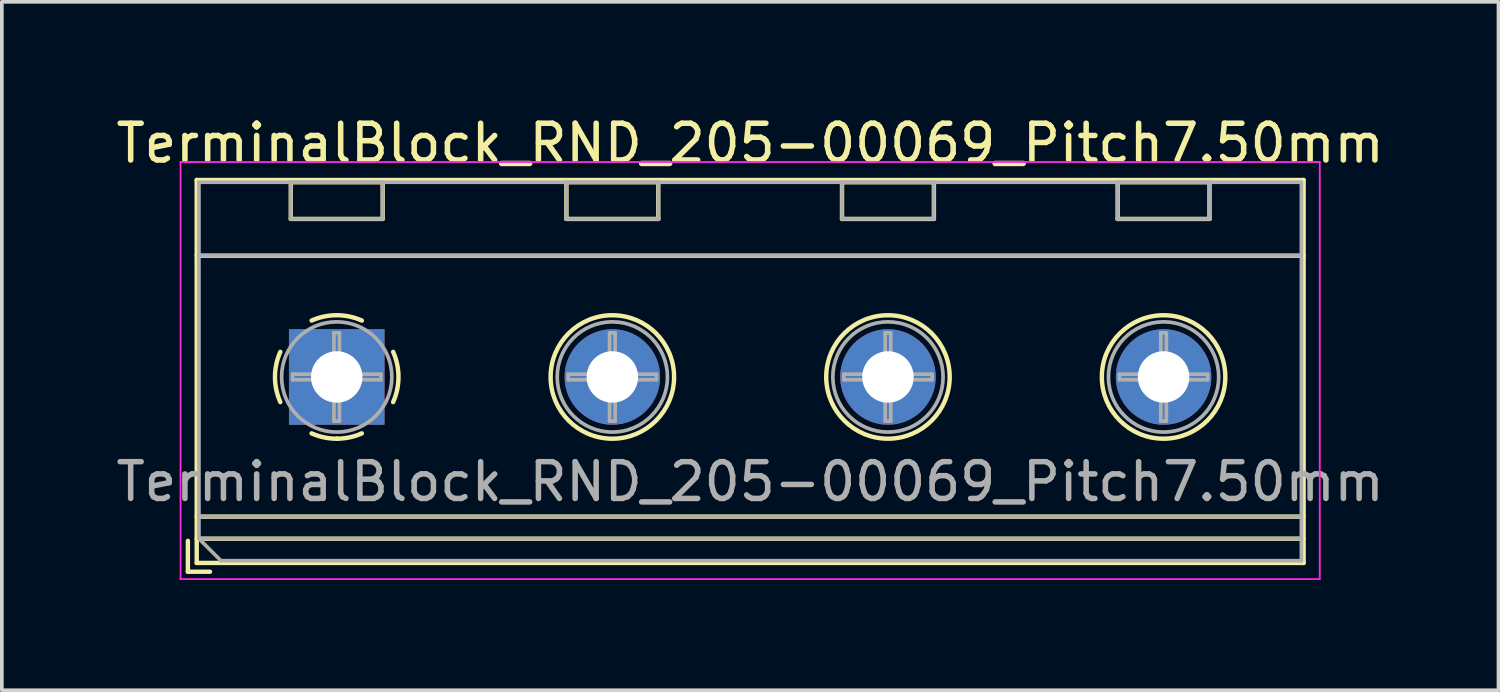
<source format=kicad_pcb>
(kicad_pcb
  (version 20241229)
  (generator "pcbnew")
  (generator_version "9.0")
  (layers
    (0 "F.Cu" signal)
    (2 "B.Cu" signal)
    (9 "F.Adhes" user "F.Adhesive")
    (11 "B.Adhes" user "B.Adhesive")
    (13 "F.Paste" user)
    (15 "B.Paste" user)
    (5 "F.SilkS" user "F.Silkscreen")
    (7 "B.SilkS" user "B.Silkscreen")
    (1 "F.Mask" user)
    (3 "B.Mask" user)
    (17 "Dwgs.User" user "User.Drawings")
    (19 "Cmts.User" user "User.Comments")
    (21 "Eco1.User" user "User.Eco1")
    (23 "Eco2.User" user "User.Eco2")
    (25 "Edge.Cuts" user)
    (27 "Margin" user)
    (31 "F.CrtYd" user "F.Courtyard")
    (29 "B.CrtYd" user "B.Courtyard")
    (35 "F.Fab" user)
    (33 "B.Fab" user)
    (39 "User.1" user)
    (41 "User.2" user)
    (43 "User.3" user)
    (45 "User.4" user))
  (footprint "TerminalBlock_RND_205-00069_Pitch7.50mm"
    (layer "F.Cu")
    (at 6.113 7.208)
    (property "Reference" "TerminalBlock_RND_205-00069_Pitch7.50mm" (at 11.25 -6.36 0) (layer "F.SilkS") (effects (font (size 1 1) (thickness 0.15))))
    (attr through_hole)
    (fp_line (start -4.05 4.46) (end -4.05 5.3) (stroke (width 0.12) (type solid)) (layer "F.SilkS"))
    (fp_line (start -4.05 5.3) (end -3.45 5.3) (stroke (width 0.12) (type solid)) (layer "F.SilkS"))
    (fp_line (start -3.81 -5.36) (end -3.81 5.06) (stroke (width 0.12) (type solid)) (layer "F.SilkS"))
    (fp_line (start -3.81 -3.3) (end 26.31 -3.3) (stroke (width 0.12) (type solid)) (layer "F.SilkS"))
    (fp_line (start -3.81 3.8) (end 26.31 3.8) (stroke (width 0.12) (type solid)) (layer "F.SilkS"))
    (fp_line (start -3.81 4.4) (end 26.31 4.4) (stroke (width 0.12) (type solid)) (layer "F.SilkS"))
    (fp_line (start -3.81 5.06) (end 26.31 5.06) (stroke (width 0.12) (type solid)) (layer "F.SilkS"))
    (fp_line (start -1.25 -5.301) (end -1.25 -4.301) (stroke (width 0.12) (type solid)) (layer "F.SilkS"))
    (fp_line (start -1.25 -5.301) (end 1.25 -5.301) (stroke (width 0.12) (type solid)) (layer "F.SilkS"))
    (fp_line (start -1.25 -4.301) (end 1.25 -4.301) (stroke (width 0.12) (type solid)) (layer "F.SilkS"))
    (fp_line (start 1.25 -5.301) (end 1.25 -4.301) (stroke (width 0.12) (type solid)) (layer "F.SilkS"))
    (fp_line (start 6.25 -5.301) (end 6.25 -4.301) (stroke (width 0.12) (type solid)) (layer "F.SilkS"))
    (fp_line (start 6.25 -5.301) (end 8.75 -5.301) (stroke (width 0.12) (type solid)) (layer "F.SilkS"))
    (fp_line (start 6.25 -4.301) (end 8.75 -4.301) (stroke (width 0.12) (type solid)) (layer "F.SilkS"))
    (fp_line (start 8.75 -5.301) (end 8.75 -4.301) (stroke (width 0.12) (type solid)) (layer "F.SilkS"))
    (fp_line (start 13.75 -5.301) (end 13.75 -4.301) (stroke (width 0.12) (type solid)) (layer "F.SilkS"))
    (fp_line (start 13.75 -5.301) (end 16.25 -5.301) (stroke (width 0.12) (type solid)) (layer "F.SilkS"))
    (fp_line (start 13.75 -4.301) (end 16.25 -4.301) (stroke (width 0.12) (type solid)) (layer "F.SilkS"))
    (fp_line (start 16.25 -5.301) (end 16.25 -4.301) (stroke (width 0.12) (type solid)) (layer "F.SilkS"))
    (fp_line (start 21.25 -5.301) (end 21.25 -4.301) (stroke (width 0.12) (type solid)) (layer "F.SilkS"))
    (fp_line (start 21.25 -5.301) (end 23.75 -5.301) (stroke (width 0.12) (type solid)) (layer "F.SilkS"))
    (fp_line (start 21.25 -4.301) (end 23.75 -4.301) (stroke (width 0.12) (type solid)) (layer "F.SilkS"))
    (fp_line (start 23.75 -5.301) (end 23.75 -4.301) (stroke (width 0.12) (type solid)) (layer "F.SilkS"))
    (fp_line (start 26.31 -5.36) (end -3.81 -5.36) (stroke (width 0.12) (type solid)) (layer "F.SilkS"))
    (fp_line (start 26.31 5.06) (end 26.31 -5.36) (stroke (width 0.12) (type solid)) (layer "F.SilkS"))
    (fp_arc (start -1.535427 0.683042) (mid -1.680501 -0.000524) (end -1.535 -0.684) (stroke (width 0.12) (type solid)) (layer "F.SilkS"))
    (fp_arc (start -0.683042 -1.535427) (mid 0.000524 -1.680501) (end 0.684 -1.535) (stroke (width 0.12) (type solid)) (layer "F.SilkS"))
    (fp_arc (start 0.028805 1.680253) (mid -0.335551 1.646659) (end -0.684 1.535) (stroke (width 0.12) (type solid)) (layer "F.SilkS"))
    (fp_arc (start 0.683318 1.534756) (mid 0.349292 1.643288) (end 0 1.68) (stroke (width 0.12) (type solid)) (layer "F.SilkS"))
    (fp_arc (start 1.535427 -0.683042) (mid 1.680501 0.000524) (end 1.535 0.684) (stroke (width 0.12) (type solid)) (layer "F.SilkS"))
    (fp_circle (center 7.5 0) (end 9.18 0) (stroke (width 0.12) (type solid)) (fill no) (layer "F.SilkS"))
    (fp_circle (center 15 0) (end 16.68 0) (stroke (width 0.12) (type solid)) (fill no) (layer "F.SilkS"))
    (fp_circle (center 22.5 0) (end 24.18 0) (stroke (width 0.12) (type solid)) (fill no) (layer "F.SilkS"))
    (fp_line (start -4.25 -5.85) (end -4.25 5.5) (stroke (width 0.05) (type solid)) (layer "F.CrtYd"))
    (fp_line (start -4.25 5.5) (end 26.75 5.5) (stroke (width 0.05) (type solid)) (layer "F.CrtYd"))
    (fp_line (start 26.75 -5.85) (end -4.25 -5.85) (stroke (width 0.05) (type solid)) (layer "F.CrtYd"))
    (fp_line (start 26.75 5.5) (end 26.75 -5.85) (stroke (width 0.05) (type solid)) (layer "F.CrtYd"))
    (fp_line (start -3.75 -5.3) (end 26.25 -5.3) (stroke (width 0.1) (type solid)) (layer "F.Fab"))
    (fp_line (start -3.75 -3.3) (end 26.25 -3.3) (stroke (width 0.1) (type solid)) (layer "F.Fab"))
    (fp_line (start -3.75 3.8) (end 26.25 3.8) (stroke (width 0.1) (type solid)) (layer "F.Fab"))
    (fp_line (start -3.75 4.4) (end -3.75 -5.3) (stroke (width 0.1) (type solid)) (layer "F.Fab"))
    (fp_line (start -3.75 4.4) (end 26.25 4.4) (stroke (width 0.1) (type solid)) (layer "F.Fab"))
    (fp_line (start -3.15 5) (end -3.75 4.4) (stroke (width 0.1) (type solid)) (layer "F.Fab"))
    (fp_line (start -1.25 -5.3) (end -1.25 -4.3) (stroke (width 0.1) (type solid)) (layer "F.Fab"))
    (fp_line (start -1.25 -4.3) (end 1.25 -4.3) (stroke (width 0.1) (type solid)) (layer "F.Fab"))
    (fp_line (start -1.201 -0.076) (end -0.076 -0.076) (stroke (width 0.1) (type solid)) (layer "F.Fab"))
    (fp_line (start -1.201 0.076) (end -1.201 -0.076) (stroke (width 0.1) (type solid)) (layer "F.Fab"))
    (fp_line (start -0.076 -1.201) (end 0.076 -1.201) (stroke (width 0.1) (type solid)) (layer "F.Fab"))
    (fp_line (start -0.076 -0.076) (end -0.076 -1.201) (stroke (width 0.1) (type solid)) (layer "F.Fab"))
    (fp_line (start -0.076 0.076) (end -1.201 0.076) (stroke (width 0.1) (type solid)) (layer "F.Fab"))
    (fp_line (start -0.076 1.201) (end -0.076 0.076) (stroke (width 0.1) (type solid)) (layer "F.Fab"))
    (fp_line (start 0.076 -1.201) (end 0.076 -0.076) (stroke (width 0.1) (type solid)) (layer "F.Fab"))
    (fp_line (start 0.076 -0.076) (end 1.201 -0.076) (stroke (width 0.1) (type solid)) (layer "F.Fab"))
    (fp_line (start 0.076 0.076) (end 0.076 1.201) (stroke (width 0.1) (type solid)) (layer "F.Fab"))
    (fp_line (start 0.076 1.201) (end -0.076 1.201) (stroke (width 0.1) (type solid)) (layer "F.Fab"))
    (fp_line (start 1.201 -0.076) (end 1.201 0.076) (stroke (width 0.1) (type solid)) (layer "F.Fab"))
    (fp_line (start 1.201 0.076) (end 0.076 0.076) (stroke (width 0.1) (type solid)) (layer "F.Fab"))
    (fp_line (start 1.25 -5.3) (end -1.25 -5.3) (stroke (width 0.1) (type solid)) (layer "F.Fab"))
    (fp_line (start 1.25 -4.3) (end 1.25 -5.3) (stroke (width 0.1) (type solid)) (layer "F.Fab"))
    (fp_line (start 6.25 -5.3) (end 6.25 -4.3) (stroke (width 0.1) (type solid)) (layer "F.Fab"))
    (fp_line (start 6.25 -4.3) (end 8.75 -4.3) (stroke (width 0.1) (type solid)) (layer "F.Fab"))
    (fp_line (start 6.299 -0.076) (end 7.424 -0.076) (stroke (width 0.1) (type solid)) (layer "F.Fab"))
    (fp_line (start 6.299 0.076) (end 6.299 -0.076) (stroke (width 0.1) (type solid)) (layer "F.Fab"))
    (fp_line (start 7.424 -1.201) (end 7.576 -1.201) (stroke (width 0.1) (type solid)) (layer "F.Fab"))
    (fp_line (start 7.424 -0.076) (end 7.424 -1.201) (stroke (width 0.1) (type solid)) (layer "F.Fab"))
    (fp_line (start 7.424 0.076) (end 6.299 0.076) (stroke (width 0.1) (type solid)) (layer "F.Fab"))
    (fp_line (start 7.424 1.201) (end 7.424 0.076) (stroke (width 0.1) (type solid)) (layer "F.Fab"))
    (fp_line (start 7.576 -1.201) (end 7.576 -0.076) (stroke (width 0.1) (type solid)) (layer "F.Fab"))
    (fp_line (start 7.576 -0.076) (end 8.701 -0.076) (stroke (width 0.1) (type solid)) (layer "F.Fab"))
    (fp_line (start 7.576 0.076) (end 7.576 1.201) (stroke (width 0.1) (type solid)) (layer "F.Fab"))
    (fp_line (start 7.576 1.201) (end 7.424 1.201) (stroke (width 0.1) (type solid)) (layer "F.Fab"))
    (fp_line (start 8.701 -0.076) (end 8.701 0.076) (stroke (width 0.1) (type solid)) (layer "F.Fab"))
    (fp_line (start 8.701 0.076) (end 7.576 0.076) (stroke (width 0.1) (type solid)) (layer "F.Fab"))
    (fp_line (start 8.75 -5.3) (end 6.25 -5.3) (stroke (width 0.1) (type solid)) (layer "F.Fab"))
    (fp_line (start 8.75 -4.3) (end 8.75 -5.3) (stroke (width 0.1) (type solid)) (layer "F.Fab"))
    (fp_line (start 13.75 -5.3) (end 13.75 -4.3) (stroke (width 0.1) (type solid)) (layer "F.Fab"))
    (fp_line (start 13.75 -4.3) (end 16.25 -4.3) (stroke (width 0.1) (type solid)) (layer "F.Fab"))
    (fp_line (start 13.799 -0.076) (end 14.924 -0.076) (stroke (width 0.1) (type solid)) (layer "F.Fab"))
    (fp_line (start 13.799 0.076) (end 13.799 -0.076) (stroke (width 0.1) (type solid)) (layer "F.Fab"))
    (fp_line (start 14.924 -1.201) (end 15.076 -1.201) (stroke (width 0.1) (type solid)) (layer "F.Fab"))
    (fp_line (start 14.924 -0.076) (end 14.924 -1.201) (stroke (width 0.1) (type solid)) (layer "F.Fab"))
    (fp_line (start 14.924 0.076) (end 13.799 0.076) (stroke (width 0.1) (type solid)) (layer "F.Fab"))
    (fp_line (start 14.924 1.201) (end 14.924 0.076) (stroke (width 0.1) (type solid)) (layer "F.Fab"))
    (fp_line (start 15.076 -1.201) (end 15.076 -0.076) (stroke (width 0.1) (type solid)) (layer "F.Fab"))
    (fp_line (start 15.076 -0.076) (end 16.201 -0.076) (stroke (width 0.1) (type solid)) (layer "F.Fab"))
    (fp_line (start 15.076 0.076) (end 15.076 1.201) (stroke (width 0.1) (type solid)) (layer "F.Fab"))
    (fp_line (start 15.076 1.201) (end 14.924 1.201) (stroke (width 0.1) (type solid)) (layer "F.Fab"))
    (fp_line (start 16.201 -0.076) (end 16.201 0.076) (stroke (width 0.1) (type solid)) (layer "F.Fab"))
    (fp_line (start 16.201 0.076) (end 15.076 0.076) (stroke (width 0.1) (type solid)) (layer "F.Fab"))
    (fp_line (start 16.25 -5.3) (end 13.75 -5.3) (stroke (width 0.1) (type solid)) (layer "F.Fab"))
    (fp_line (start 16.25 -4.3) (end 16.25 -5.3) (stroke (width 0.1) (type solid)) (layer "F.Fab"))
    (fp_line (start 21.25 -5.3) (end 21.25 -4.3) (stroke (width 0.1) (type solid)) (layer "F.Fab"))
    (fp_line (start 21.25 -4.3) (end 23.75 -4.3) (stroke (width 0.1) (type solid)) (layer "F.Fab"))
    (fp_line (start 21.299 -0.076) (end 22.424 -0.076) (stroke (width 0.1) (type solid)) (layer "F.Fab"))
    (fp_line (start 21.299 0.076) (end 21.299 -0.076) (stroke (width 0.1) (type solid)) (layer "F.Fab"))
    (fp_line (start 22.424 -1.201) (end 22.576 -1.201) (stroke (width 0.1) (type solid)) (layer "F.Fab"))
    (fp_line (start 22.424 -0.076) (end 22.424 -1.201) (stroke (width 0.1) (type solid)) (layer "F.Fab"))
    (fp_line (start 22.424 0.076) (end 21.299 0.076) (stroke (width 0.1) (type solid)) (layer "F.Fab"))
    (fp_line (start 22.424 1.201) (end 22.424 0.076) (stroke (width 0.1) (type solid)) (layer "F.Fab"))
    (fp_line (start 22.576 -1.201) (end 22.576 -0.076) (stroke (width 0.1) (type solid)) (layer "F.Fab"))
    (fp_line (start 22.576 -0.076) (end 23.701 -0.076) (stroke (width 0.1) (type solid)) (layer "F.Fab"))
    (fp_line (start 22.576 0.076) (end 22.576 1.201) (stroke (width 0.1) (type solid)) (layer "F.Fab"))
    (fp_line (start 22.576 1.201) (end 22.424 1.201) (stroke (width 0.1) (type solid)) (layer "F.Fab"))
    (fp_line (start 23.701 -0.076) (end 23.701 0.076) (stroke (width 0.1) (type solid)) (layer "F.Fab"))
    (fp_line (start 23.701 0.076) (end 22.576 0.076) (stroke (width 0.1) (type solid)) (layer "F.Fab"))
    (fp_line (start 23.75 -5.3) (end 21.25 -5.3) (stroke (width 0.1) (type solid)) (layer "F.Fab"))
    (fp_line (start 23.75 -4.3) (end 23.75 -5.3) (stroke (width 0.1) (type solid)) (layer "F.Fab"))
    (fp_line (start 26.25 -5.3) (end 26.25 5) (stroke (width 0.1) (type solid)) (layer "F.Fab"))
    (fp_line (start 26.25 5) (end -3.15 5) (stroke (width 0.1) (type solid)) (layer "F.Fab"))
    (fp_circle (center 0 0) (end 1.5 0) (stroke (width 0.1) (type solid)) (fill no) (layer "F.Fab"))
    (fp_circle (center 7.5 0) (end 9 0) (stroke (width 0.1) (type solid)) (fill no) (layer "F.Fab"))
    (fp_circle (center 15 0) (end 16.5 0) (stroke (width 0.1) (type solid)) (fill no) (layer "F.Fab"))
    (fp_circle (center 22.5 0) (end 24 0) (stroke (width 0.1) (type solid)) (fill no) (layer "F.Fab"))
    (fp_text user "${REFERENCE}" (at 11.25 2.85 0) (layer "F.Fab") (effects (font (size 1 1) (thickness 0.15))))
    (pad "1" thru_hole rect (at 0 0) (size 2.6 2.6) (drill 1.4) (layers "*.Cu" "*.Mask"))
    (pad "2" thru_hole circle (at 7.5 0) (size 2.6 2.6) (drill 1.4) (layers "*.Cu" "*.Mask"))
    (pad "3" thru_hole circle (at 15 0) (size 2.6 2.6) (drill 1.4) (layers "*.Cu" "*.Mask"))
    (pad "4" thru_hole circle (at 22.5 0) (size 2.6 2.6) (drill 1.4) (layers "*.Cu" "*.Mask")))
  (gr_rect
    (start -3 -3)
    (end 37.726 15.733)
    (stroke (width 0.1) (type default))
    (fill no)
    (layer "Edge.Cuts")))
</source>
